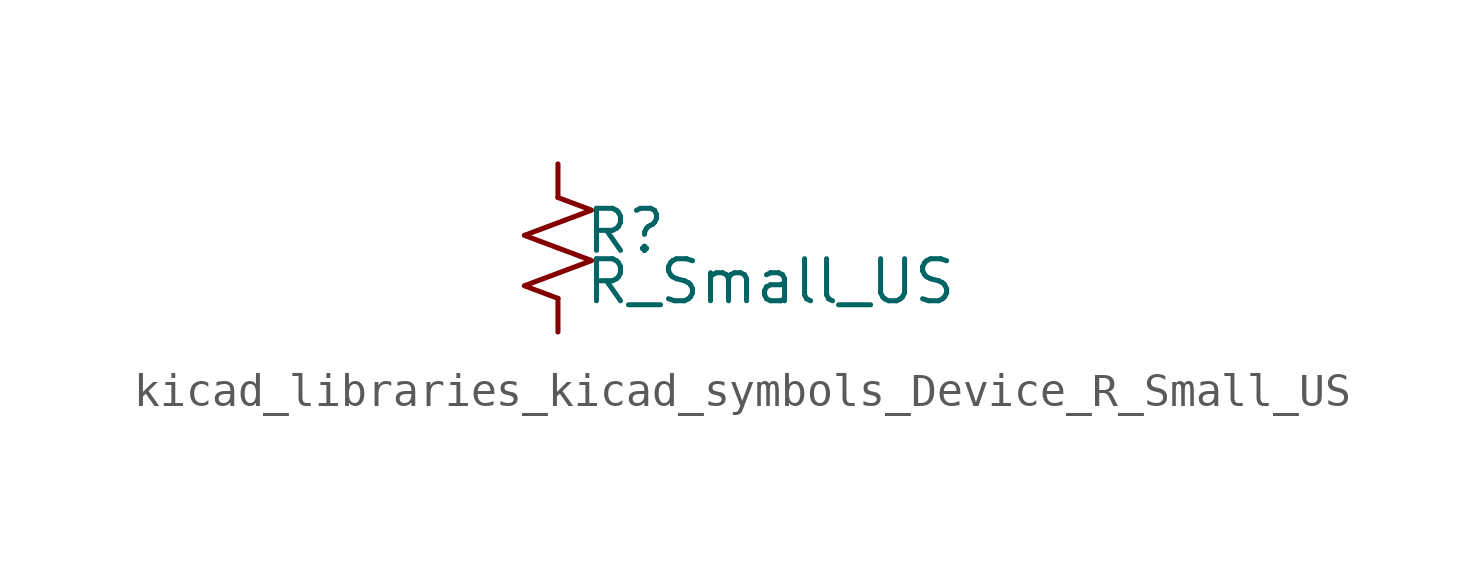
<source format=kicad_sym>
(kicad_symbol_lib
  (version 20220914)
  (generator kicad_symbol_editor)
  (symbol "kicad_libraries_kicad_symbols_Device_R_Small_US"
    (pin_numbers hide)
    (pin_names
      (offset 0.254) hide)
    (property "Reference" "R"
      (at 0.762 0.508 0)
      (effects (font (size 1.27 1.27)) (justify left)))
    (property "Value" "R_Small_US"
      (at 0.762 -1.016 0)
      (effects (font (size 1.27 1.27)) (justify left)))
    (symbol "kicad_libraries_kicad_symbols_Device_R_Small_US_1_1"
      (polyline (pts (xy 0 0) (xy 1.016 -0.381) (xy 0 -0.762) (xy -1.016 -1.143) (xy 0 -1.524)) (stroke (width 0) (type default)) (fill (type none)))
      (polyline (pts (xy 0 1.524) (xy 1.016 1.143) (xy 0 0.762) (xy -1.016 0.381) (xy 0 0)) (stroke (width 0) (type default)) (fill (type none)))
      (pin passive line (at 0 2.54 270) (length 1.016) (name "~" (effects (font (size 1.27 1.27)))) (number "1" (effects (font (size 1.27 1.27)))))
      (pin passive line (at 0 -2.54 90) (length 1.016) (name "~" (effects (font (size 1.27 1.27)))) (number "2" (effects (font (size 1.27 1.27))))))))
</source>
